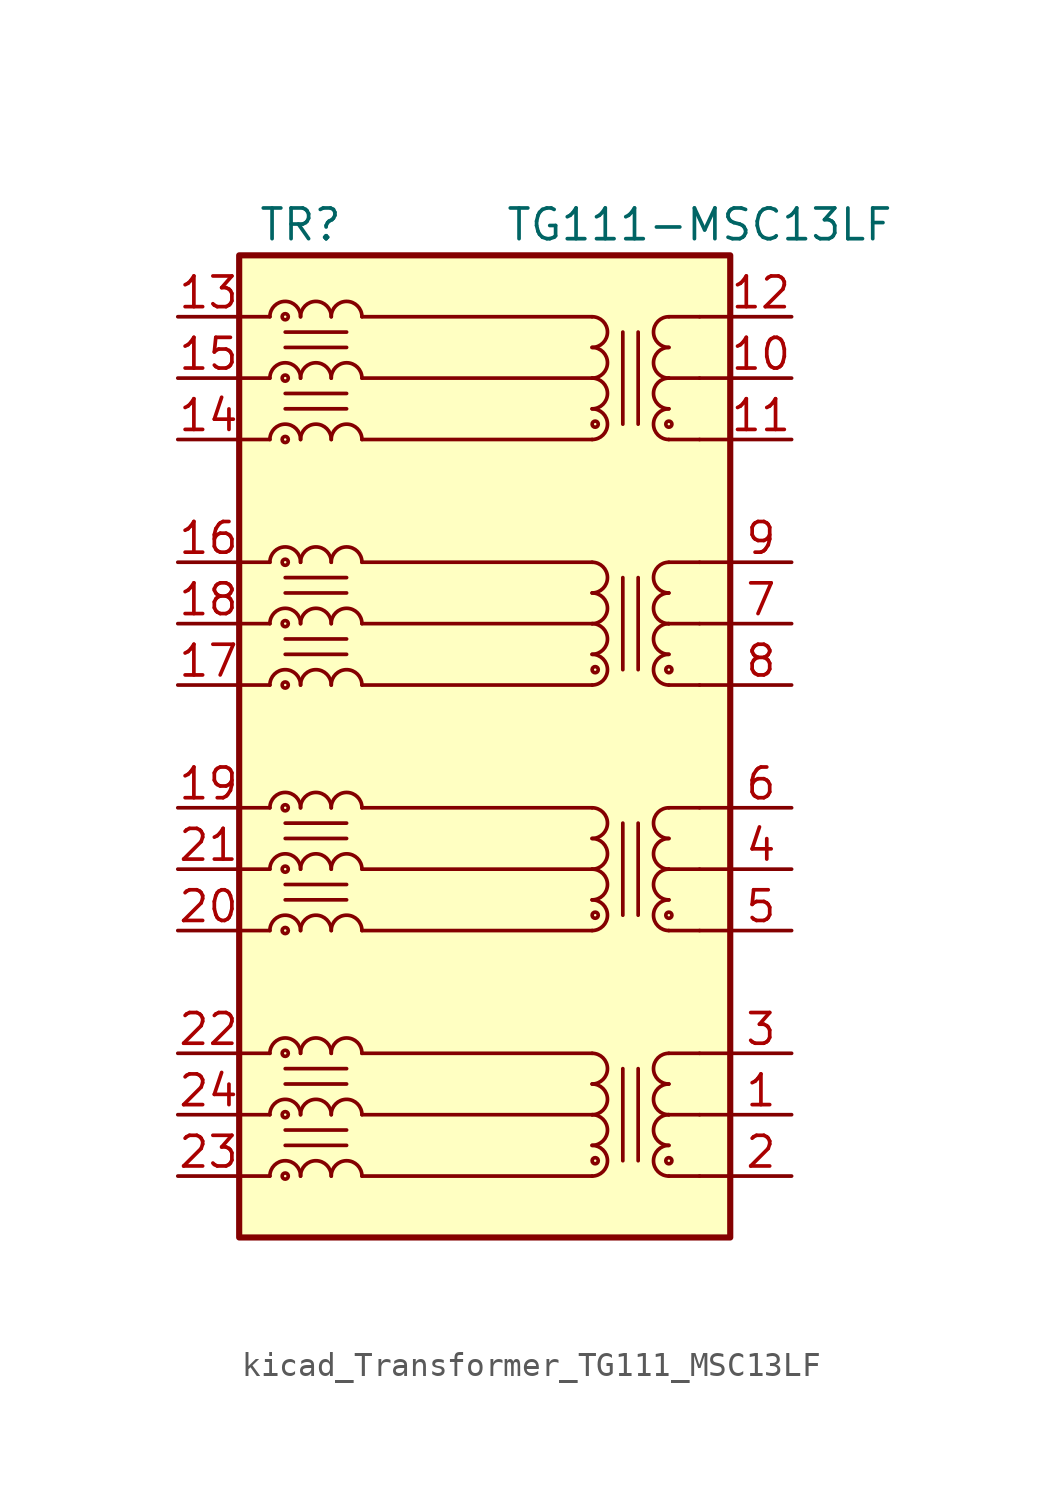
<source format=kicad_sym>
(kicad_symbol_lib
  (version 20220914)
  (generator kicad_symbol_editor)
  (symbol "kicad_Transformer_TG111_MSC13LF"
    (pin_names hide)
    (property "Reference" "TR"
      (at -7.62 21.59 0)
      (effects (font (size 1.27 1.27))))
    (property "Value" "TG111-MSC13LF"
      (at 8.89 21.59 0)
      (effects (font (size 1.27 1.27))))
    (symbol "kicad_Transformer_TG111_MSC13LF_0_1"
      (polyline (pts (xy 10.16 -17.78) (xy 8.89 -17.78)) (stroke (width 0) (type default)) (fill (type none)))
      (polyline (pts (xy 10.16 -15.24) (xy 8.89 -15.24)) (stroke (width 0) (type default)) (fill (type none)))
      (polyline (pts (xy 10.16 -12.7) (xy 8.89 -12.7)) (stroke (width 0) (type default)) (fill (type none)))
      (rectangle (start 10.16 20.32) (end -10.16 -20.32) (stroke (width 0.254) (type default)) (fill (type background)))
      (pin passive line (at 12.7 -15.24 180) (length 2.54) (name "TCT1" (effects (font (size 1.27 1.27)))) (number "1" (effects (font (size 1.27 1.27)))))
      (pin passive line (at 12.7 15.24 180) (length 2.54) (name "TCT4" (effects (font (size 1.27 1.27)))) (number "10" (effects (font (size 1.27 1.27)))))
      (pin passive line (at 12.7 12.7 180) (length 2.54) (name "TD4+" (effects (font (size 1.27 1.27)))) (number "11" (effects (font (size 1.27 1.27)))))
      (pin passive line (at 12.7 17.78 180) (length 2.54) (name "TD4-" (effects (font (size 1.27 1.27)))) (number "12" (effects (font (size 1.27 1.27)))))
      (pin passive line (at -12.7 17.78 0) (length 2.54) (name "MX4-" (effects (font (size 1.27 1.27)))) (number "13" (effects (font (size 1.27 1.27)))))
      (pin passive line (at -12.7 12.7 0) (length 2.54) (name "MX4+" (effects (font (size 1.27 1.27)))) (number "14" (effects (font (size 1.27 1.27)))))
      (pin passive line (at -12.7 15.24 0) (length 2.54) (name "MCT4" (effects (font (size 1.27 1.27)))) (number "15" (effects (font (size 1.27 1.27)))))
      (pin passive line (at -12.7 7.62 0) (length 2.54) (name "MTX3-" (effects (font (size 1.27 1.27)))) (number "16" (effects (font (size 1.27 1.27)))))
      (pin passive line (at -12.7 2.54 0) (length 2.54) (name "MTX3+" (effects (font (size 1.27 1.27)))) (number "17" (effects (font (size 1.27 1.27)))))
      (pin passive line (at -12.7 5.08 0) (length 2.54) (name "MCT3" (effects (font (size 1.27 1.27)))) (number "18" (effects (font (size 1.27 1.27)))))
      (pin passive line (at -12.7 -2.54 0) (length 2.54) (name "MTX2-" (effects (font (size 1.27 1.27)))) (number "19" (effects (font (size 1.27 1.27)))))
      (pin passive line (at 12.7 -17.78 180) (length 2.54) (name "TD1+" (effects (font (size 1.27 1.27)))) (number "2" (effects (font (size 1.27 1.27)))))
      (pin passive line (at -12.7 -7.62 0) (length 2.54) (name "MTX2+" (effects (font (size 1.27 1.27)))) (number "20" (effects (font (size 1.27 1.27)))))
      (pin passive line (at -12.7 -5.08 0) (length 2.54) (name "MCT2" (effects (font (size 1.27 1.27)))) (number "21" (effects (font (size 1.27 1.27)))))
      (pin passive line (at -12.7 -12.7 0) (length 2.54) (name "MTX1-" (effects (font (size 1.27 1.27)))) (number "22" (effects (font (size 1.27 1.27)))))
      (pin passive line (at -12.7 -17.78 0) (length 2.54) (name "MTX1+" (effects (font (size 1.27 1.27)))) (number "23" (effects (font (size 1.27 1.27)))))
      (pin passive line (at -12.7 -15.24 0) (length 2.54) (name "MTC1" (effects (font (size 1.27 1.27)))) (number "24" (effects (font (size 1.27 1.27)))))
      (pin passive line (at 12.7 -12.7 180) (length 2.54) (name "TD1-" (effects (font (size 1.27 1.27)))) (number "3" (effects (font (size 1.27 1.27)))))
      (pin passive line (at 12.7 -5.08 180) (length 2.54) (name "TCT2" (effects (font (size 1.27 1.27)))) (number "4" (effects (font (size 1.27 1.27)))))
      (pin passive line (at 12.7 -7.62 180) (length 2.54) (name "TD2+" (effects (font (size 1.27 1.27)))) (number "5" (effects (font (size 1.27 1.27)))))
      (pin passive line (at 12.7 -2.54 180) (length 2.54) (name "TD2-" (effects (font (size 1.27 1.27)))) (number "6" (effects (font (size 1.27 1.27)))))
      (pin passive line (at 12.7 5.08 180) (length 2.54) (name "TCT3" (effects (font (size 1.27 1.27)))) (number "7" (effects (font (size 1.27 1.27)))))
      (pin passive line (at 12.7 2.54 180) (length 2.54) (name "TD3+" (effects (font (size 1.27 1.27)))) (number "8" (effects (font (size 1.27 1.27)))))
      (pin passive line (at 12.7 7.62 180) (length 2.54) (name "TD3-" (effects (font (size 1.27 1.27)))) (number "9" (effects (font (size 1.27 1.27))))))
    (symbol "kicad_Transformer_TG111_MSC13LF_1_1"
      (circle (center -8.255 -17.78) (radius 0.127) (stroke (width 0) (type default)) (fill (type none)))
      (circle (center -8.255 -15.24) (radius 0.127) (stroke (width 0) (type default)) (fill (type none)))
      (circle (center -8.255 -12.7) (radius 0.127) (stroke (width 0) (type default)) (fill (type none)))
      (circle (center -8.255 -7.62) (radius 0.127) (stroke (width 0) (type default)) (fill (type none)))
      (circle (center -8.255 -5.08) (radius 0.127) (stroke (width 0) (type default)) (fill (type none)))
      (circle (center -8.255 -2.54) (radius 0.127) (stroke (width 0) (type default)) (fill (type none)))
      (circle (center -8.255 2.54) (radius 0.127) (stroke (width 0) (type default)) (fill (type none)))
      (circle (center -8.255 5.08) (radius 0.127) (stroke (width 0) (type default)) (fill (type none)))
      (circle (center -8.255 7.62) (radius 0.127) (stroke (width 0) (type default)) (fill (type none)))
      (circle (center -8.255 12.7) (radius 0.127) (stroke (width 0) (type default)) (fill (type none)))
      (circle (center -8.255 15.24) (radius 0.127) (stroke (width 0) (type default)) (fill (type none)))
      (circle (center -8.255 17.78) (radius 0.127) (stroke (width 0) (type default)) (fill (type none)))
      (arc (start -7.62 -17.78) (mid -8.255 -17.1477) (end -8.89 -17.78) (stroke (width 0) (type default)) (fill (type none)))
      (arc (start -7.62 -15.24) (mid -8.255 -14.6077) (end -8.89 -15.24) (stroke (width 0) (type default)) (fill (type none)))
      (arc (start -7.62 -12.7) (mid -8.255 -12.0677) (end -8.89 -12.7) (stroke (width 0) (type default)) (fill (type none)))
      (arc (start -7.62 -7.62) (mid -8.255 -6.9877) (end -8.89 -7.62) (stroke (width 0) (type default)) (fill (type none)))
      (arc (start -7.62 -5.08) (mid -8.255 -4.4477) (end -8.89 -5.08) (stroke (width 0) (type default)) (fill (type none)))
      (arc (start -7.62 -2.54) (mid -8.255 -1.9077) (end -8.89 -2.54) (stroke (width 0) (type default)) (fill (type none)))
      (arc (start -7.62 2.54) (mid -8.255 3.1723) (end -8.89 2.54) (stroke (width 0) (type default)) (fill (type none)))
      (arc (start -7.62 5.08) (mid -8.255 5.7123) (end -8.89 5.08) (stroke (width 0) (type default)) (fill (type none)))
      (arc (start -7.62 7.62) (mid -8.255 8.2523) (end -8.89 7.62) (stroke (width 0) (type default)) (fill (type none)))
      (arc (start -7.62 12.7) (mid -8.255 13.3323) (end -8.89 12.7) (stroke (width 0) (type default)) (fill (type none)))
      (arc (start -7.62 15.24) (mid -8.255 15.8723) (end -8.89 15.24) (stroke (width 0) (type default)) (fill (type none)))
      (arc (start -7.62 17.78) (mid -8.255 18.4123) (end -8.89 17.78) (stroke (width 0) (type default)) (fill (type none)))
      (arc (start -6.35 -17.78) (mid -6.985 -17.1477) (end -7.62 -17.78) (stroke (width 0) (type default)) (fill (type none)))
      (arc (start -6.35 -15.24) (mid -6.985 -14.6077) (end -7.62 -15.24) (stroke (width 0) (type default)) (fill (type none)))
      (arc (start -6.35 -12.7) (mid -6.985 -12.0677) (end -7.62 -12.7) (stroke (width 0) (type default)) (fill (type none)))
      (arc (start -6.35 -7.62) (mid -6.985 -6.9877) (end -7.62 -7.62) (stroke (width 0) (type default)) (fill (type none)))
      (arc (start -6.35 -5.08) (mid -6.985 -4.4477) (end -7.62 -5.08) (stroke (width 0) (type default)) (fill (type none)))
      (arc (start -6.35 -2.54) (mid -6.985 -1.9077) (end -7.62 -2.54) (stroke (width 0) (type default)) (fill (type none)))
      (arc (start -6.35 2.54) (mid -6.985 3.1723) (end -7.62 2.54) (stroke (width 0) (type default)) (fill (type none)))
      (arc (start -6.35 5.08) (mid -6.985 5.7123) (end -7.62 5.08) (stroke (width 0) (type default)) (fill (type none)))
      (arc (start -6.35 7.62) (mid -6.985 8.2523) (end -7.62 7.62) (stroke (width 0) (type default)) (fill (type none)))
      (arc (start -6.35 12.7) (mid -6.985 13.3323) (end -7.62 12.7) (stroke (width 0) (type default)) (fill (type none)))
      (arc (start -6.35 15.24) (mid -6.985 15.8723) (end -7.62 15.24) (stroke (width 0) (type default)) (fill (type none)))
      (arc (start -6.35 17.78) (mid -6.985 18.4123) (end -7.62 17.78) (stroke (width 0) (type default)) (fill (type none)))
      (arc (start -5.08 -17.78) (mid -5.715 -17.1477) (end -6.35 -17.78) (stroke (width 0) (type default)) (fill (type none)))
      (arc (start -5.08 -15.24) (mid -5.715 -14.6077) (end -6.35 -15.24) (stroke (width 0) (type default)) (fill (type none)))
      (arc (start -5.08 -12.7) (mid -5.715 -12.0677) (end -6.35 -12.7) (stroke (width 0) (type default)) (fill (type none)))
      (arc (start -5.08 -7.62) (mid -5.715 -6.9877) (end -6.35 -7.62) (stroke (width 0) (type default)) (fill (type none)))
      (arc (start -5.08 -5.08) (mid -5.715 -4.4477) (end -6.35 -5.08) (stroke (width 0) (type default)) (fill (type none)))
      (arc (start -5.08 -2.54) (mid -5.715 -1.9077) (end -6.35 -2.54) (stroke (width 0) (type default)) (fill (type none)))
      (arc (start -5.08 2.54) (mid -5.715 3.1723) (end -6.35 2.54) (stroke (width 0) (type default)) (fill (type none)))
      (arc (start -5.08 5.08) (mid -5.715 5.7123) (end -6.35 5.08) (stroke (width 0) (type default)) (fill (type none)))
      (arc (start -5.08 7.62) (mid -5.715 8.2523) (end -6.35 7.62) (stroke (width 0) (type default)) (fill (type none)))
      (arc (start -5.08 12.7) (mid -5.715 13.3323) (end -6.35 12.7) (stroke (width 0) (type default)) (fill (type none)))
      (arc (start -5.08 15.24) (mid -5.715 15.8723) (end -6.35 15.24) (stroke (width 0) (type default)) (fill (type none)))
      (arc (start -5.08 17.78) (mid -5.715 18.4123) (end -6.35 17.78) (stroke (width 0) (type default)) (fill (type none)))
      (polyline (pts (xy -10.16 -17.78) (xy -8.89 -17.78)) (stroke (width 0) (type default)) (fill (type none)))
      (polyline (pts (xy -10.16 -15.24) (xy -8.89 -15.24)) (stroke (width 0) (type default)) (fill (type none)))
      (polyline (pts (xy -10.16 -12.7) (xy -8.89 -12.7)) (stroke (width 0) (type default)) (fill (type none)))
      (polyline (pts (xy -10.16 -7.62) (xy -8.89 -7.62)) (stroke (width 0) (type default)) (fill (type none)))
      (polyline (pts (xy -10.16 -5.08) (xy -8.89 -5.08)) (stroke (width 0) (type default)) (fill (type none)))
      (polyline (pts (xy -10.16 -2.54) (xy -8.89 -2.54)) (stroke (width 0) (type default)) (fill (type none)))
      (polyline (pts (xy -10.16 2.54) (xy -8.89 2.54)) (stroke (width 0) (type default)) (fill (type none)))
      (polyline (pts (xy -10.16 5.08) (xy -8.89 5.08)) (stroke (width 0) (type default)) (fill (type none)))
      (polyline (pts (xy -10.16 7.62) (xy -8.89 7.62)) (stroke (width 0) (type default)) (fill (type none)))
      (polyline (pts (xy -10.16 12.7) (xy -8.89 12.7)) (stroke (width 0) (type default)) (fill (type none)))
      (polyline (pts (xy -10.16 15.24) (xy -8.89 15.24)) (stroke (width 0) (type default)) (fill (type none)))
      (polyline (pts (xy -10.16 17.78) (xy -8.89 17.78)) (stroke (width 0) (type default)) (fill (type none)))
      (polyline (pts (xy -8.255 -16.51) (xy -5.715 -16.51)) (stroke (width 0) (type default)) (fill (type none)))
      (polyline (pts (xy -8.255 -15.875) (xy -5.715 -15.875)) (stroke (width 0) (type default)) (fill (type none)))
      (polyline (pts (xy -8.255 -13.97) (xy -5.715 -13.97)) (stroke (width 0) (type default)) (fill (type none)))
      (polyline (pts (xy -8.255 -13.335) (xy -5.715 -13.335)) (stroke (width 0) (type default)) (fill (type none)))
      (polyline (pts (xy -8.255 -6.35) (xy -5.715 -6.35)) (stroke (width 0) (type default)) (fill (type none)))
      (polyline (pts (xy -8.255 -5.715) (xy -5.715 -5.715)) (stroke (width 0) (type default)) (fill (type none)))
      (polyline (pts (xy -8.255 -3.81) (xy -5.715 -3.81)) (stroke (width 0) (type default)) (fill (type none)))
      (polyline (pts (xy -8.255 -3.175) (xy -5.715 -3.175)) (stroke (width 0) (type default)) (fill (type none)))
      (polyline (pts (xy -8.255 3.81) (xy -5.715 3.81)) (stroke (width 0) (type default)) (fill (type none)))
      (polyline (pts (xy -8.255 4.445) (xy -5.715 4.445)) (stroke (width 0) (type default)) (fill (type none)))
      (polyline (pts (xy -8.255 6.35) (xy -5.715 6.35)) (stroke (width 0) (type default)) (fill (type none)))
      (polyline (pts (xy -8.255 6.985) (xy -5.715 6.985)) (stroke (width 0) (type default)) (fill (type none)))
      (polyline (pts (xy -8.255 13.97) (xy -5.715 13.97)) (stroke (width 0) (type default)) (fill (type none)))
      (polyline (pts (xy -8.255 14.605) (xy -5.715 14.605)) (stroke (width 0) (type default)) (fill (type none)))
      (polyline (pts (xy -8.255 16.51) (xy -5.715 16.51)) (stroke (width 0) (type default)) (fill (type none)))
      (polyline (pts (xy -8.255 17.145) (xy -5.715 17.145)) (stroke (width 0) (type default)) (fill (type none)))
      (polyline (pts (xy -5.08 -17.78) (xy 4.445 -17.78)) (stroke (width 0) (type default)) (fill (type none)))
      (polyline (pts (xy -5.08 -15.24) (xy 4.445 -15.24)) (stroke (width 0) (type default)) (fill (type none)))
      (polyline (pts (xy -5.08 -12.7) (xy 4.445 -12.7)) (stroke (width 0) (type default)) (fill (type none)))
      (polyline (pts (xy -5.08 -7.62) (xy 4.445 -7.62)) (stroke (width 0) (type default)) (fill (type none)))
      (polyline (pts (xy -5.08 -5.08) (xy 4.445 -5.08)) (stroke (width 0) (type default)) (fill (type none)))
      (polyline (pts (xy -5.08 -2.54) (xy 4.445 -2.54)) (stroke (width 0) (type default)) (fill (type none)))
      (polyline (pts (xy -5.08 2.54) (xy 4.445 2.54)) (stroke (width 0) (type default)) (fill (type none)))
      (polyline (pts (xy -5.08 5.08) (xy 4.445 5.08)) (stroke (width 0) (type default)) (fill (type none)))
      (polyline (pts (xy -5.08 7.62) (xy 4.445 7.62)) (stroke (width 0) (type default)) (fill (type none)))
      (polyline (pts (xy -5.08 12.7) (xy 4.445 12.7)) (stroke (width 0) (type default)) (fill (type none)))
      (polyline (pts (xy -5.08 15.24) (xy 4.445 15.24)) (stroke (width 0) (type default)) (fill (type none)))
      (polyline (pts (xy -5.08 17.78) (xy 4.445 17.78)) (stroke (width 0) (type default)) (fill (type none)))
      (polyline (pts (xy 5.715 -13.335) (xy 5.715 -17.145)) (stroke (width 0) (type default)) (fill (type none)))
      (polyline (pts (xy 5.715 -3.175) (xy 5.715 -6.985)) (stroke (width 0) (type default)) (fill (type none)))
      (polyline (pts (xy 5.715 6.985) (xy 5.715 3.175)) (stroke (width 0) (type default)) (fill (type none)))
      (polyline (pts (xy 5.715 17.145) (xy 5.715 13.335)) (stroke (width 0) (type default)) (fill (type none)))
      (polyline (pts (xy 6.35 -13.335) (xy 6.35 -17.145)) (stroke (width 0) (type default)) (fill (type none)))
      (polyline (pts (xy 6.35 -3.175) (xy 6.35 -6.985)) (stroke (width 0) (type default)) (fill (type none)))
      (polyline (pts (xy 6.35 6.985) (xy 6.35 3.175)) (stroke (width 0) (type default)) (fill (type none)))
      (polyline (pts (xy 6.35 17.145) (xy 6.35 13.335)) (stroke (width 0) (type default)) (fill (type none)))
      (polyline (pts (xy 8.89 -17.78) (xy 7.62 -17.78)) (stroke (width 0) (type default)) (fill (type none)))
      (polyline (pts (xy 8.89 -15.24) (xy 7.62 -15.24)) (stroke (width 0) (type default)) (fill (type none)))
      (polyline (pts (xy 8.89 -12.7) (xy 7.62 -12.7)) (stroke (width 0) (type default)) (fill (type none)))
      (polyline (pts (xy 8.89 -7.62) (xy 7.62 -7.62)) (stroke (width 0) (type default)) (fill (type none)))
      (polyline (pts (xy 8.89 -5.08) (xy 7.62 -5.08)) (stroke (width 0) (type default)) (fill (type none)))
      (polyline (pts (xy 8.89 -2.54) (xy 7.62 -2.54)) (stroke (width 0) (type default)) (fill (type none)))
      (polyline (pts (xy 8.89 2.54) (xy 7.62 2.54)) (stroke (width 0) (type default)) (fill (type none)))
      (polyline (pts (xy 8.89 5.08) (xy 7.62 5.08)) (stroke (width 0) (type default)) (fill (type none)))
      (polyline (pts (xy 8.89 7.62) (xy 7.62 7.62)) (stroke (width 0) (type default)) (fill (type none)))
      (polyline (pts (xy 8.89 12.7) (xy 7.62 12.7)) (stroke (width 0) (type default)) (fill (type none)))
      (polyline (pts (xy 8.89 15.24) (xy 7.62 15.24)) (stroke (width 0) (type default)) (fill (type none)))
      (polyline (pts (xy 8.89 17.78) (xy 7.62 17.78)) (stroke (width 0) (type default)) (fill (type none)))
      (polyline (pts (xy 10.16 -7.62) (xy 8.89 -7.62)) (stroke (width 0) (type default)) (fill (type none)))
      (polyline (pts (xy 10.16 -5.08) (xy 8.89 -5.08)) (stroke (width 0) (type default)) (fill (type none)))
      (polyline (pts (xy 10.16 -2.54) (xy 8.89 -2.54)) (stroke (width 0) (type default)) (fill (type none)))
      (polyline (pts (xy 10.16 2.54) (xy 8.89 2.54)) (stroke (width 0) (type default)) (fill (type none)))
      (polyline (pts (xy 10.16 5.08) (xy 8.89 5.08)) (stroke (width 0) (type default)) (fill (type none)))
      (polyline (pts (xy 10.16 7.62) (xy 8.89 7.62)) (stroke (width 0) (type default)) (fill (type none)))
      (polyline (pts (xy 10.16 12.7) (xy 8.89 12.7)) (stroke (width 0) (type default)) (fill (type none)))
      (polyline (pts (xy 10.16 15.24) (xy 8.89 15.24)) (stroke (width 0) (type default)) (fill (type none)))
      (polyline (pts (xy 10.16 17.78) (xy 8.89 17.78)) (stroke (width 0) (type default)) (fill (type none)))
      (arc (start 4.445 -17.78) (mid 5.0773 -17.145) (end 4.445 -16.51) (stroke (width 0) (type default)) (fill (type none)))
      (arc (start 4.445 -16.51) (mid 5.0773 -15.875) (end 4.445 -15.24) (stroke (width 0) (type default)) (fill (type none)))
      (arc (start 4.445 -15.24) (mid 5.0773 -14.605) (end 4.445 -13.97) (stroke (width 0) (type default)) (fill (type none)))
      (arc (start 4.445 -13.97) (mid 5.0773 -13.335) (end 4.445 -12.7) (stroke (width 0) (type default)) (fill (type none)))
      (arc (start 4.445 -7.62) (mid 5.0773 -6.985) (end 4.445 -6.35) (stroke (width 0) (type default)) (fill (type none)))
      (arc (start 4.445 -6.35) (mid 5.0773 -5.715) (end 4.445 -5.08) (stroke (width 0) (type default)) (fill (type none)))
      (arc (start 4.445 -5.08) (mid 5.0773 -4.445) (end 4.445 -3.81) (stroke (width 0) (type default)) (fill (type none)))
      (arc (start 4.445 -3.81) (mid 5.0773 -3.175) (end 4.445 -2.54) (stroke (width 0) (type default)) (fill (type none)))
      (arc (start 4.445 2.54) (mid 5.0773 3.175) (end 4.445 3.81) (stroke (width 0) (type default)) (fill (type none)))
      (arc (start 4.445 3.81) (mid 5.0773 4.445) (end 4.445 5.08) (stroke (width 0) (type default)) (fill (type none)))
      (arc (start 4.445 5.08) (mid 5.0773 5.715) (end 4.445 6.35) (stroke (width 0) (type default)) (fill (type none)))
      (arc (start 4.445 6.35) (mid 5.0773 6.985) (end 4.445 7.62) (stroke (width 0) (type default)) (fill (type none)))
      (arc (start 4.445 12.7) (mid 5.0773 13.335) (end 4.445 13.97) (stroke (width 0) (type default)) (fill (type none)))
      (arc (start 4.445 13.97) (mid 5.0773 14.605) (end 4.445 15.24) (stroke (width 0) (type default)) (fill (type none)))
      (arc (start 4.445 15.24) (mid 5.0773 15.875) (end 4.445 16.51) (stroke (width 0) (type default)) (fill (type none)))
      (arc (start 4.445 16.51) (mid 5.0773 17.145) (end 4.445 17.78) (stroke (width 0) (type default)) (fill (type none)))
      (circle (center 4.572 -17.145) (radius 0.127) (stroke (width 0) (type default)) (fill (type none)))
      (circle (center 4.572 -6.985) (radius 0.127) (stroke (width 0) (type default)) (fill (type none)))
      (circle (center 4.572 3.175) (radius 0.127) (stroke (width 0) (type default)) (fill (type none)))
      (circle (center 4.572 13.335) (radius 0.127) (stroke (width 0) (type default)) (fill (type none)))
      (circle (center 7.62 -17.145) (radius 0.127) (stroke (width 0) (type default)) (fill (type none)))
      (arc (start 7.62 -16.51) (mid 6.9877 -17.145) (end 7.62 -17.78) (stroke (width 0) (type default)) (fill (type none)))
      (arc (start 7.62 -15.24) (mid 6.9877 -15.875) (end 7.62 -16.51) (stroke (width 0) (type default)) (fill (type none)))
      (arc (start 7.62 -13.97) (mid 6.9877 -14.605) (end 7.62 -15.24) (stroke (width 0) (type default)) (fill (type none)))
      (arc (start 7.62 -12.7) (mid 6.9877 -13.335) (end 7.62 -13.97) (stroke (width 0) (type default)) (fill (type none)))
      (circle (center 7.62 -6.985) (radius 0.127) (stroke (width 0) (type default)) (fill (type none)))
      (arc (start 7.62 -6.35) (mid 6.9877 -6.985) (end 7.62 -7.62) (stroke (width 0) (type default)) (fill (type none)))
      (arc (start 7.62 -5.08) (mid 6.9877 -5.715) (end 7.62 -6.35) (stroke (width 0) (type default)) (fill (type none)))
      (arc (start 7.62 -3.81) (mid 6.9877 -4.445) (end 7.62 -5.08) (stroke (width 0) (type default)) (fill (type none)))
      (arc (start 7.62 -2.54) (mid 6.9877 -3.175) (end 7.62 -3.81) (stroke (width 0) (type default)) (fill (type none)))
      (circle (center 7.62 3.175) (radius 0.127) (stroke (width 0) (type default)) (fill (type none)))
      (arc (start 7.62 3.81) (mid 6.9877 3.175) (end 7.62 2.54) (stroke (width 0) (type default)) (fill (type none)))
      (arc (start 7.62 5.08) (mid 6.9877 4.445) (end 7.62 3.81) (stroke (width 0) (type default)) (fill (type none)))
      (arc (start 7.62 6.35) (mid 6.9877 5.715) (end 7.62 5.08) (stroke (width 0) (type default)) (fill (type none)))
      (arc (start 7.62 7.62) (mid 6.9877 6.985) (end 7.62 6.35) (stroke (width 0) (type default)) (fill (type none)))
      (circle (center 7.62 13.335) (radius 0.127) (stroke (width 0) (type default)) (fill (type none)))
      (arc (start 7.62 13.97) (mid 6.9877 13.335) (end 7.62 12.7) (stroke (width 0) (type default)) (fill (type none)))
      (arc (start 7.62 15.24) (mid 6.9877 14.605) (end 7.62 13.97) (stroke (width 0) (type default)) (fill (type none)))
      (arc (start 7.62 16.51) (mid 6.9877 15.875) (end 7.62 15.24) (stroke (width 0) (type default)) (fill (type none)))
      (arc (start 7.62 17.78) (mid 6.9877 17.145) (end 7.62 16.51) (stroke (width 0) (type default)) (fill (type none))))))
</source>
